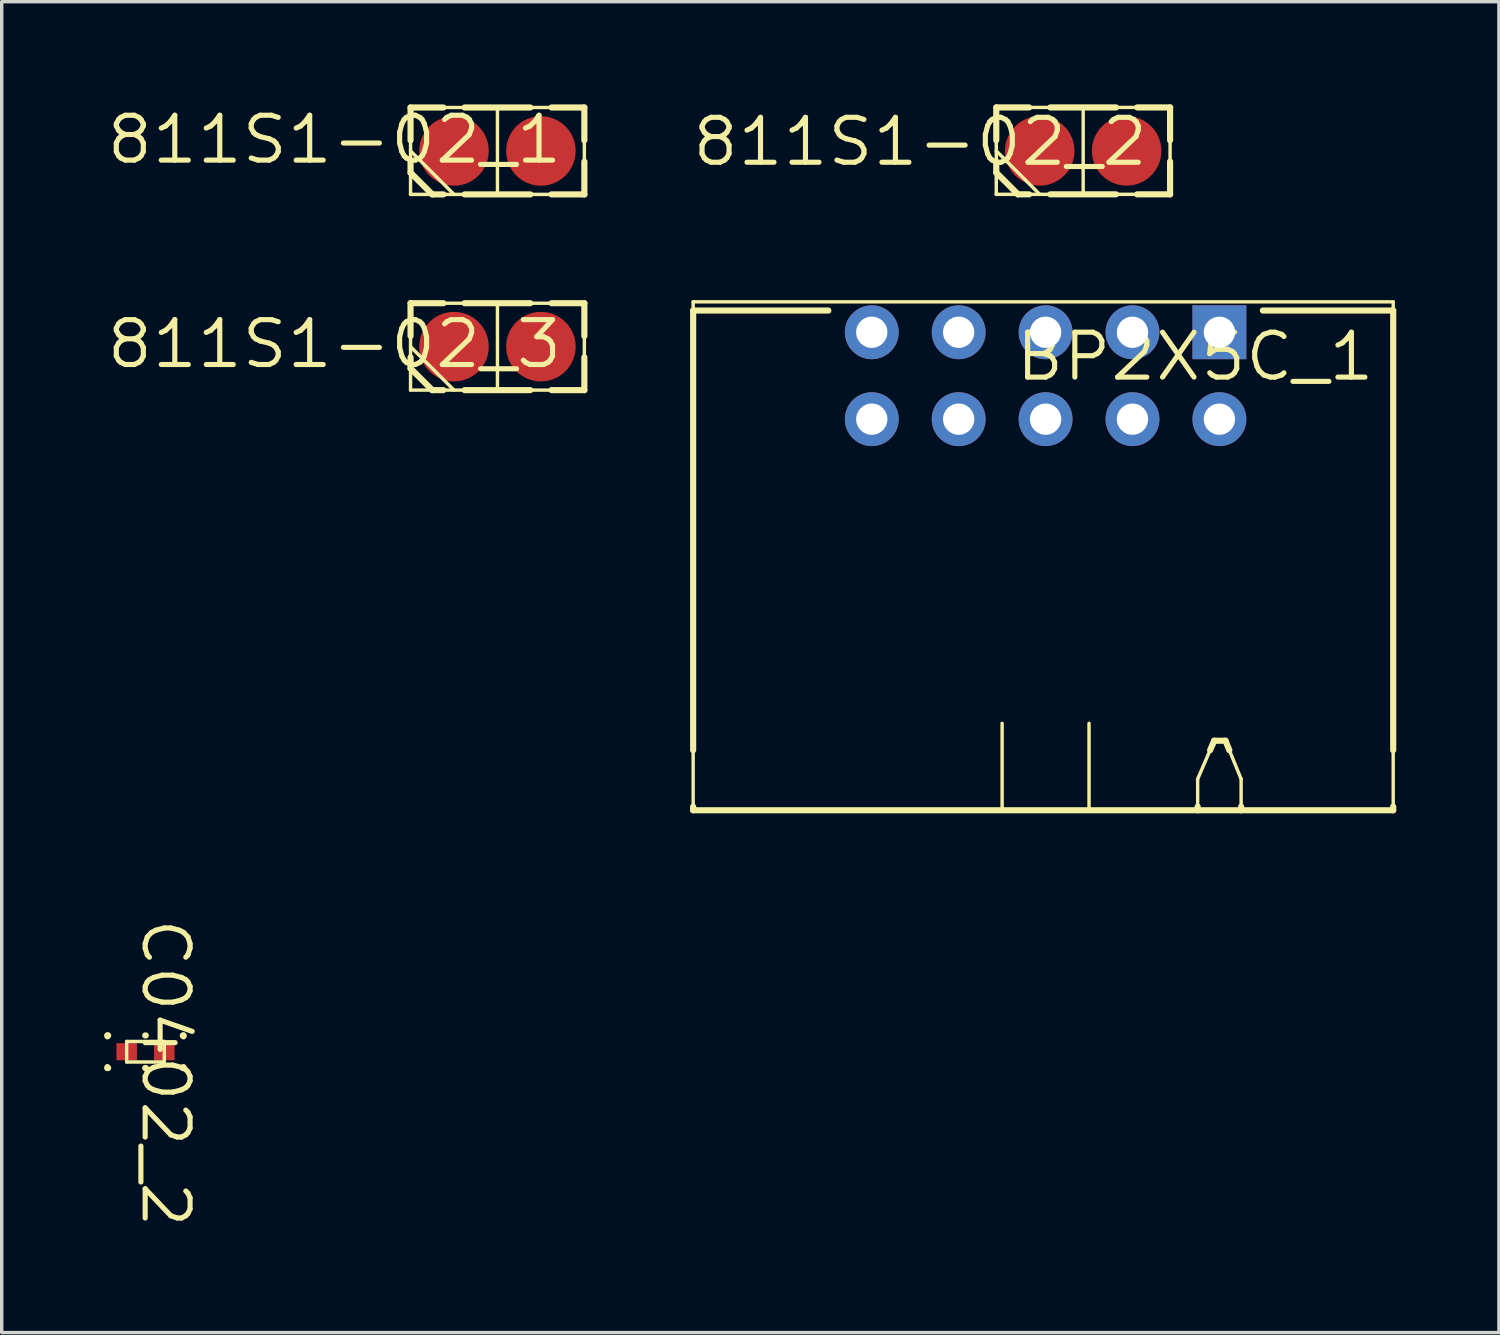
<source format=kicad_pcb>
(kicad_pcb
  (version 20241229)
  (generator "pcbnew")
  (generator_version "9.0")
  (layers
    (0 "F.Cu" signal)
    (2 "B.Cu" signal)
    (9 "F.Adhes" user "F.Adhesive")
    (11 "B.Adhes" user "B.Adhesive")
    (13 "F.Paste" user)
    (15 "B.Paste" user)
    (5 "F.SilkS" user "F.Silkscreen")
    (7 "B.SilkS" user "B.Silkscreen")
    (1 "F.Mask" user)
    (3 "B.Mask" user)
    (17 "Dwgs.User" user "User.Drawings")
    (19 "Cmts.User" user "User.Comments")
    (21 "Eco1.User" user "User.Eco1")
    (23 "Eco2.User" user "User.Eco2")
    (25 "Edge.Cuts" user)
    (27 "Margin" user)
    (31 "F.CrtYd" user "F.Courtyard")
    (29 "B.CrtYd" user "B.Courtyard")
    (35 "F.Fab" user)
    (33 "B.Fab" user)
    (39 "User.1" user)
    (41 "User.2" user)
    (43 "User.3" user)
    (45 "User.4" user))
  (footprint "C0402_2"
    (layer "F.Cu")
    (at 1.202 27.689)
    (property "Reference" "C0402_2" (at 0.59 0.621 270) (unlocked yes) (layer "F.SilkS") (effects (font (size 1.312 1.38) (thickness 0.15))))
    (attr smd)
    (fp_line (start -1.112 -0.476) (end -1.092 -0.476) (stroke (width 0.18) (type solid)) (layer "F.SilkS"))
    (fp_line (start -1.112 -0.45) (end -1.112 -0.476) (stroke (width 0.18) (type solid)) (layer "F.SilkS"))
    (fp_line (start -1.112 0.476) (end -1.112 0.45) (stroke (width 0.18) (type solid)) (layer "F.SilkS"))
    (fp_line (start -1.112 0.476) (end -1.092 0.476) (stroke (width 0.18) (type solid)) (layer "F.SilkS"))
    (fp_line (start -0.55 -0.3) (end 0.55 -0.3) (stroke (width 0.1) (type solid)) (layer "F.SilkS"))
    (fp_line (start -0.55 0.3) (end -0.55 -0.3) (stroke (width 0.1) (type solid)) (layer "F.SilkS"))
    (fp_line (start -0.55 0.3) (end 0.55 0.3) (stroke (width 0.1) (type solid)) (layer "F.SilkS"))
    (fp_line (start -0.008 -0.476) (end 0.008 -0.476) (stroke (width 0.18) (type solid)) (layer "F.SilkS"))
    (fp_line (start -0.008 0.476) (end 0.008 0.476) (stroke (width 0.18) (type solid)) (layer "F.SilkS"))
    (fp_line (start 0.55 0.3) (end 0.55 -0.3) (stroke (width 0.1) (type solid)) (layer "F.SilkS"))
    (fp_line (start 1.092 -0.476) (end 1.111 -0.476) (stroke (width 0.18) (type solid)) (layer "F.SilkS"))
    (fp_line (start 1.092 0.476) (end 1.111 0.476) (stroke (width 0.18) (type solid)) (layer "F.SilkS"))
    (fp_line (start 1.111 -0.45) (end 1.111 -0.476) (stroke (width 0.18) (type solid)) (layer "F.SilkS"))
    (fp_line (start 1.111 0.476) (end 1.111 0.45) (stroke (width 0.18) (type solid)) (layer "F.SilkS"))
    (pad "1" smd rect (at -0.55 0 270) (size 0.5 0.6) (layers "F.Cu" "F.Mask" "F.Paste"))
    (pad "2" smd rect (at 0.55 0 270) (size 0.5 0.6) (layers "F.Cu" "F.Mask" "F.Paste")))
  (footprint "811S1-02_3"
    (layer "F.Cu")
    (at 10.219 7.082)
    (property "Reference" "811S1-02_3" (at -3.495 -0.078 0) (unlocked yes) (layer "F.SilkS") (effects (font (size 1.312 1.38) (thickness 0.15))))
    (attr smd)
    (fp_line (start -1.27 -1.27) (end -0.311 -1.27) (stroke (width 0.18) (type solid)) (layer "F.SilkS"))
    (fp_line (start -1.27 -1.27) (end 3.81 -1.27) (stroke (width 0.1) (type solid)) (layer "F.SilkS"))
    (fp_line (start -1.27 -0.311) (end -1.27 -1.27) (stroke (width 0.18) (type solid)) (layer "F.SilkS"))
    (fp_line (start -1.27 0) (end 0 1.27) (stroke (width 0.1) (type solid)) (layer "F.SilkS"))
    (fp_line (start -1.27 0.635) (end -1.27 0.311) (stroke (width 0.18) (type solid)) (layer "F.SilkS"))
    (fp_line (start -1.27 0.635) (end -0.635 1.27) (stroke (width 0.18) (type solid)) (layer "F.SilkS"))
    (fp_line (start -1.27 1.27) (end -1.27 -1.27) (stroke (width 0.1) (type solid)) (layer "F.SilkS"))
    (fp_line (start -1.27 1.27) (end 3.81 1.27) (stroke (width 0.1) (type solid)) (layer "F.SilkS"))
    (fp_line (start -0.635 1.27) (end -0.311 1.27) (stroke (width 0.18) (type solid)) (layer "F.SilkS"))
    (fp_line (start 0.311 -1.27) (end 2.229 -1.27) (stroke (width 0.18) (type solid)) (layer "F.SilkS"))
    (fp_line (start 0.311 1.27) (end 2.229 1.27) (stroke (width 0.18) (type solid)) (layer "F.SilkS"))
    (fp_line (start 1.27 1.27) (end 1.27 -1.27) (stroke (width 0.1) (type solid)) (layer "F.SilkS"))
    (fp_line (start 2.851 -1.27) (end 3.81 -1.27) (stroke (width 0.18) (type solid)) (layer "F.SilkS"))
    (fp_line (start 2.851 1.27) (end 3.81 1.27) (stroke (width 0.18) (type solid)) (layer "F.SilkS"))
    (fp_line (start 3.81 -0.311) (end 3.81 -1.27) (stroke (width 0.18) (type solid)) (layer "F.SilkS"))
    (fp_line (start 3.81 1.27) (end 3.81 -1.27) (stroke (width 0.1) (type solid)) (layer "F.SilkS"))
    (fp_line (start 3.81 1.27) (end 3.81 0.311) (stroke (width 0.18) (type solid)) (layer "F.SilkS"))
    (pad "1" smd circle (at 0 0) (size 2.032 2.032) (layers "F.Cu" "F.Mask" "F.Paste"))
    (pad "2" smd circle (at 2.54 0) (size 2.032 2.032) (layers "F.Cu" "F.Mask" "F.Paste")))
  (footprint "811S1-02_1"
    (layer "F.Cu")
    (at 10.219 1.362)
    (property "Reference" "811S1-02_1" (at -3.495 -0.331 0) (unlocked yes) (layer "F.SilkS") (effects (font (size 1.312 1.38) (thickness 0.15))))
    (attr smd)
    (fp_line (start -1.27 -1.27) (end -0.311 -1.27) (stroke (width 0.18) (type solid)) (layer "F.SilkS"))
    (fp_line (start -1.27 -1.27) (end 3.81 -1.27) (stroke (width 0.1) (type solid)) (layer "F.SilkS"))
    (fp_line (start -1.27 -0.311) (end -1.27 -1.27) (stroke (width 0.18) (type solid)) (layer "F.SilkS"))
    (fp_line (start -1.27 0) (end 0 1.27) (stroke (width 0.1) (type solid)) (layer "F.SilkS"))
    (fp_line (start -1.27 0.635) (end -1.27 0.311) (stroke (width 0.18) (type solid)) (layer "F.SilkS"))
    (fp_line (start -1.27 0.635) (end -0.635 1.27) (stroke (width 0.18) (type solid)) (layer "F.SilkS"))
    (fp_line (start -1.27 1.27) (end -1.27 -1.27) (stroke (width 0.1) (type solid)) (layer "F.SilkS"))
    (fp_line (start -1.27 1.27) (end 3.81 1.27) (stroke (width 0.1) (type solid)) (layer "F.SilkS"))
    (fp_line (start -0.635 1.27) (end -0.311 1.27) (stroke (width 0.18) (type solid)) (layer "F.SilkS"))
    (fp_line (start 0.311 -1.27) (end 2.229 -1.27) (stroke (width 0.18) (type solid)) (layer "F.SilkS"))
    (fp_line (start 0.311 1.27) (end 2.229 1.27) (stroke (width 0.18) (type solid)) (layer "F.SilkS"))
    (fp_line (start 1.27 1.27) (end 1.27 -1.27) (stroke (width 0.1) (type solid)) (layer "F.SilkS"))
    (fp_line (start 2.851 -1.27) (end 3.81 -1.27) (stroke (width 0.18) (type solid)) (layer "F.SilkS"))
    (fp_line (start 2.851 1.27) (end 3.81 1.27) (stroke (width 0.18) (type solid)) (layer "F.SilkS"))
    (fp_line (start 3.81 -0.311) (end 3.81 -1.27) (stroke (width 0.18) (type solid)) (layer "F.SilkS"))
    (fp_line (start 3.81 1.27) (end 3.81 -1.27) (stroke (width 0.1) (type solid)) (layer "F.SilkS"))
    (fp_line (start 3.81 1.27) (end 3.81 0.311) (stroke (width 0.18) (type solid)) (layer "F.SilkS"))
    (pad "1" smd circle (at 0 0) (size 2.032 2.032) (layers "F.Cu" "F.Mask" "F.Paste"))
    (pad "2" smd circle (at 2.54 0) (size 2.032 2.032) (layers "F.Cu" "F.Mask" "F.Paste")))
  (footprint "811S1-02_2"
    (layer "F.Cu")
    (at 27.338 1.36)
    (property "Reference" "811S1-02_2" (at -3.495 -0.268 0) (unlocked yes) (layer "F.SilkS") (effects (font (size 1.312 1.38) (thickness 0.15))))
    (attr smd)
    (fp_line (start -1.27 -1.27) (end -0.311 -1.27) (stroke (width 0.18) (type solid)) (layer "F.SilkS"))
    (fp_line (start -1.27 -1.27) (end 3.81 -1.27) (stroke (width 0.1) (type solid)) (layer "F.SilkS"))
    (fp_line (start -1.27 -0.311) (end -1.27 -1.27) (stroke (width 0.18) (type solid)) (layer "F.SilkS"))
    (fp_line (start -1.27 0) (end 0 1.27) (stroke (width 0.1) (type solid)) (layer "F.SilkS"))
    (fp_line (start -1.27 0.635) (end -1.27 0.311) (stroke (width 0.18) (type solid)) (layer "F.SilkS"))
    (fp_line (start -1.27 0.635) (end -0.635 1.27) (stroke (width 0.18) (type solid)) (layer "F.SilkS"))
    (fp_line (start -1.27 1.27) (end -1.27 -1.27) (stroke (width 0.1) (type solid)) (layer "F.SilkS"))
    (fp_line (start -1.27 1.27) (end 3.81 1.27) (stroke (width 0.1) (type solid)) (layer "F.SilkS"))
    (fp_line (start -0.635 1.27) (end -0.311 1.27) (stroke (width 0.18) (type solid)) (layer "F.SilkS"))
    (fp_line (start 0.311 -1.27) (end 2.229 -1.27) (stroke (width 0.18) (type solid)) (layer "F.SilkS"))
    (fp_line (start 0.311 1.27) (end 2.229 1.27) (stroke (width 0.18) (type solid)) (layer "F.SilkS"))
    (fp_line (start 1.27 1.27) (end 1.27 -1.27) (stroke (width 0.1) (type solid)) (layer "F.SilkS"))
    (fp_line (start 2.851 -1.27) (end 3.81 -1.27) (stroke (width 0.18) (type solid)) (layer "F.SilkS"))
    (fp_line (start 2.851 1.27) (end 3.81 1.27) (stroke (width 0.18) (type solid)) (layer "F.SilkS"))
    (fp_line (start 3.81 -0.311) (end 3.81 -1.27) (stroke (width 0.18) (type solid)) (layer "F.SilkS"))
    (fp_line (start 3.81 1.27) (end 3.81 -1.27) (stroke (width 0.1) (type solid)) (layer "F.SilkS"))
    (fp_line (start 3.81 1.27) (end 3.81 0.311) (stroke (width 0.18) (type solid)) (layer "F.SilkS"))
    (pad "1" smd circle (at 0 0) (size 2.032 2.032) (layers "F.Cu" "F.Mask" "F.Paste"))
    (pad "2" smd circle (at 2.54 0) (size 2.032 2.032) (layers "F.Cu" "F.Mask" "F.Paste")))
  (footprint "BP2X5C_1"
    (layer "F.Cu")
    (at 32.589 6.661)
    (property "Reference" "BP2X5C_1" (at -0.709 0.711 0) (unlocked yes) (layer "F.SilkS") (effects (font (size 1.312 1.38) (thickness 0.15))))
    (attr smd)
    (fp_line (start -15.38 -0.889) (end -15.38 13.97) (stroke (width 0.1) (type solid)) (layer "F.SilkS"))
    (fp_line (start -15.38 -0.635) (end -15.38 12.215) (stroke (width 0.18) (type solid)) (layer "F.SilkS"))
    (fp_line (start -15.38 13.865) (end -15.38 13.97) (stroke (width 0.18) (type solid)) (layer "F.SilkS"))
    (fp_line (start -11.43 -0.635) (end -15.38 -0.635) (stroke (width 0.18) (type solid)) (layer "F.SilkS"))
    (fp_line (start -6.35 11.43) (end -6.35 13.97) (stroke (width 0.1) (type solid)) (layer "F.SilkS"))
    (fp_line (start -3.81 11.43) (end -3.81 13.97) (stroke (width 0.1) (type solid)) (layer "F.SilkS"))
    (fp_line (start -0.635 13.056) (end -0.635 13.97) (stroke (width 0.1) (type solid)) (layer "F.SilkS"))
    (fp_line (start -0.635 13.865) (end -0.635 13.97) (stroke (width 0.18) (type solid)) (layer "F.SilkS"))
    (fp_line (start -0.152 11.938) (end -0.635 13.056) (stroke (width 0.1) (type solid)) (layer "F.SilkS"))
    (fp_line (start -0.152 11.938) (end -0.272 12.215) (stroke (width 0.18) (type solid)) (layer "F.SilkS"))
    (fp_line (start 0.178 11.938) (end -0.152 11.938) (stroke (width 0.1) (type solid)) (layer "F.SilkS"))
    (fp_line (start 0.178 11.938) (end -0.152 11.938) (stroke (width 0.18) (type solid)) (layer "F.SilkS"))
    (fp_line (start 0.291 12.215) (end 0.178 11.938) (stroke (width 0.18) (type solid)) (layer "F.SilkS"))
    (fp_line (start 0.635 13.056) (end 0.178 11.938) (stroke (width 0.1) (type solid)) (layer "F.SilkS"))
    (fp_line (start 0.635 13.056) (end 0.635 13.97) (stroke (width 0.1) (type solid)) (layer "F.SilkS"))
    (fp_line (start 0.635 13.865) (end 0.635 13.97) (stroke (width 0.18) (type solid)) (layer "F.SilkS"))
    (fp_line (start 5.08 -0.889) (end -15.38 -0.889) (stroke (width 0.1) (type solid)) (layer "F.SilkS"))
    (fp_line (start 5.08 -0.889) (end 5.08 13.97) (stroke (width 0.1) (type solid)) (layer "F.SilkS"))
    (fp_line (start 5.08 -0.635) (end 1.27 -0.635) (stroke (width 0.18) (type solid)) (layer "F.SilkS"))
    (fp_line (start 5.08 -0.635) (end 5.08 12.215) (stroke (width 0.18) (type solid)) (layer "F.SilkS"))
    (fp_line (start 5.08 13.865) (end 5.08 13.97) (stroke (width 0.18) (type solid)) (layer "F.SilkS"))
    (fp_line (start 5.08 13.97) (end -15.38 13.97) (stroke (width 0.1) (type solid)) (layer "F.SilkS"))
    (fp_line (start 5.08 13.97) (end -15.38 13.97) (stroke (width 0.18) (type solid)) (layer "F.SilkS"))
    (pad "1" thru_hole rect (at 0 0 180) (size 1.575 1.575) (drill 0.914) (layers "*.Cu" "*.Mask"))
    (pad "2" thru_hole circle (at 0 2.54 180) (size 1.575 1.575) (drill 0.914) (layers "*.Cu" "*.Mask"))
    (pad "3" thru_hole circle (at -2.54 0 180) (size 1.575 1.575) (drill 0.914) (layers "*.Cu" "*.Mask"))
    (pad "4" thru_hole circle (at -2.54 2.54 180) (size 1.575 1.575) (drill 0.914) (layers "*.Cu" "*.Mask"))
    (pad "5" thru_hole circle (at -5.08 0 180) (size 1.575 1.575) (drill 0.914) (layers "*.Cu" "*.Mask"))
    (pad "6" thru_hole circle (at -5.08 2.54 180) (size 1.575 1.575) (drill 0.914) (layers "*.Cu" "*.Mask"))
    (pad "7" thru_hole circle (at -7.62 0 180) (size 1.575 1.575) (drill 0.914) (layers "*.Cu" "*.Mask"))
    (pad "8" thru_hole circle (at -7.62 2.54 180) (size 1.575 1.575) (drill 0.914) (layers "*.Cu" "*.Mask"))
    (pad "9" thru_hole circle (at -10.16 0 180) (size 1.575 1.575) (drill 0.914) (layers "*.Cu" "*.Mask"))
    (pad "10" thru_hole circle (at -10.16 2.54 180) (size 1.575 1.575) (drill 0.914) (layers "*.Cu" "*.Mask")))
  (gr_rect
    (start -3 -3)
    (end 40.759 35.898)
    (stroke (width 0.1) (type default))
    (fill no)
    (layer "Edge.Cuts")))
</source>
